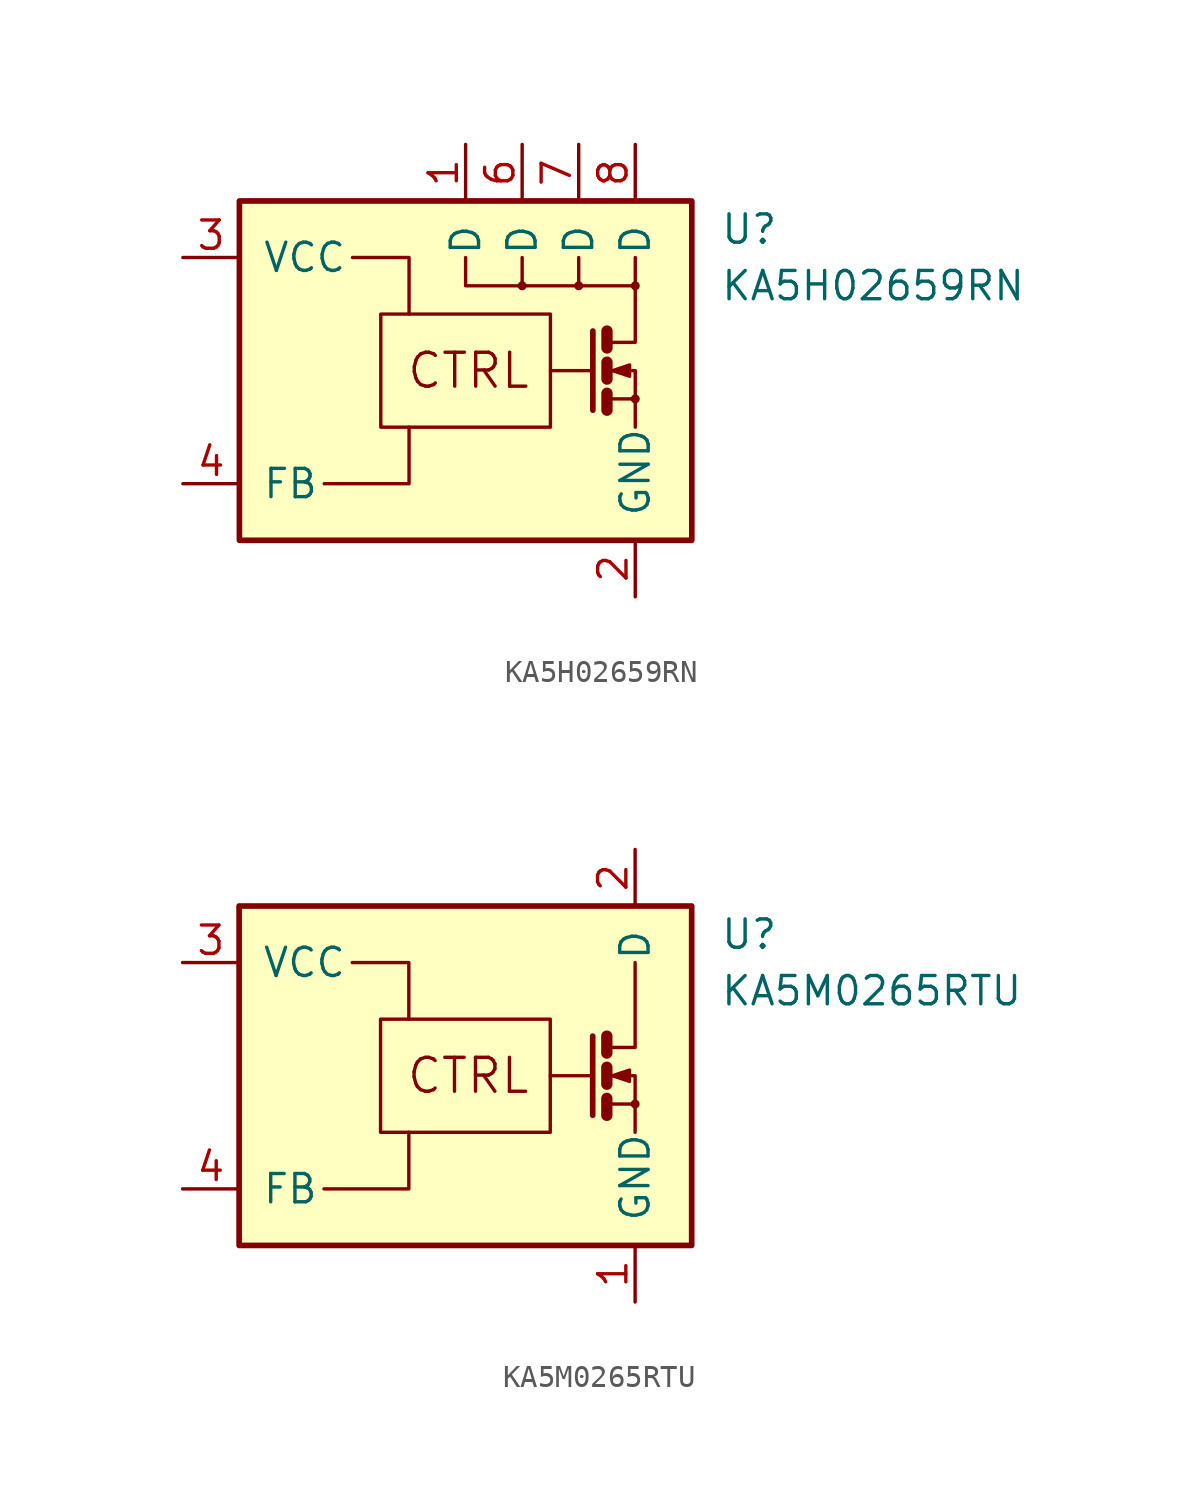
<source format=kicad_sym>
(kicad_symbol_lib
  (version 20201005)
  (generator kicad_symbol_editor)
  (symbol "Regulator_Switching:KA5H02659RN"
    (pin_names
      (offset 1.016))
    (property "Reference" "U"
      (at 11.43 6.35 0)
      (effects (font (size 1.27 1.27)) (justify left)))
    (property "Value" "KA5H02659RN"
      (at 11.43 3.81 0)
      (effects (font (size 1.27 1.27)) (justify left)))
    (symbol "KA5H02659RN_0_0"
      (circle (center 2.54 3.81) (radius 0.127) (stroke (width 0)) (fill (type none)))
      (circle (center 5.08 3.81) (radius 0.127) (stroke (width 0)) (fill (type none)))
      (circle (center 7.62 -1.27) (radius 0.127) (stroke (width 0)) (fill (type none)))
      (text "CTRL" (at 0.127 0 0) (effects (font (size 1.524 1.524))))
      (rectangle (start -3.81 2.54) (end 3.81 -2.54) (stroke (width 0)) (fill (type none)))
      (rectangle (start -10.16 7.62) (end 10.16 -7.62) (stroke (width 0.254)) (fill (type background)))
      (polyline (pts (xy 2.54 5.08) (xy 2.54 3.81)) (stroke (width 0)) (fill (type none)))
      (polyline (pts (xy 3.81 0) (xy 5.715 0)) (stroke (width 0)) (fill (type none)))
      (polyline (pts (xy 5.08 5.08) (xy 5.08 3.81)) (stroke (width 0)) (fill (type none)))
      (polyline (pts (xy 5.715 1.778) (xy 5.715 -1.778)) (stroke (width 0.254)) (fill (type none)))
      (polyline (pts (xy 6.35 -1.27) (xy 7.62 -1.27)) (stroke (width 0)) (fill (type none)))
      (polyline (pts (xy 6.35 -1.016) (xy 6.35 -1.778)) (stroke (width 0.508)) (fill (type none)))
      (polyline (pts (xy 6.35 0.381) (xy 6.35 -0.381)) (stroke (width 0.508)) (fill (type none)))
      (polyline (pts (xy 6.35 1.778) (xy 6.35 1.016)) (stroke (width 0.508)) (fill (type none)))
      (polyline (pts (xy 6.35 1.27) (xy 7.62 1.27) (xy 7.62 3.81)) (stroke (width 0)) (fill (type none)))
      (polyline (pts (xy 7.62 -2.54) (xy 7.62 0) (xy 6.35 0)) (stroke (width 0)) (fill (type none)))
      (polyline (pts (xy 0 5.08) (xy 0 3.81) (xy 7.62 3.81) (xy 7.62 5.08)) (stroke (width 0)) (fill (type none)))
      (polyline (pts (xy 6.604 0) (xy 7.366 0.254) (xy 7.366 -0.254) (xy 6.604 0)) (stroke (width 0)) (fill (type outline))))
    (symbol "KA5H02659RN_0_1"
      (circle (center 7.62 3.81) (radius 0.127) (stroke (width 0)) (fill (type none)))
      (polyline (pts (xy -6.35 -5.08) (xy -2.54 -5.08) (xy -2.54 -2.54)) (stroke (width 0)) (fill (type none)))
      (polyline (pts (xy -5.08 5.08) (xy -2.54 5.08) (xy -2.54 2.54)) (stroke (width 0)) (fill (type none))))
    (symbol "KA5H02659RN_1_1"
      (pin passive line (at 0 10.16 270) (length 2.54) (name "D" (effects (font (size 1.27 1.27)))) (number "1" (effects (font (size 1.27 1.27)))))
      (pin power_in line (at 7.62 -10.16 90) (length 2.54) (name "GND" (effects (font (size 1.27 1.27)))) (number "2" (effects (font (size 1.27 1.27)))))
      (pin power_in line (at -12.7 5.08 0) (length 2.54) (name "VCC" (effects (font (size 1.27 1.27)))) (number "3" (effects (font (size 1.27 1.27)))))
      (pin passive line (at -12.7 -5.08 0) (length 2.54) (name "FB" (effects (font (size 1.27 1.27)))) (number "4" (effects (font (size 1.27 1.27)))))
      (pin passive line (at 2.54 10.16 270) (length 2.54) (name "D" (effects (font (size 1.27 1.27)))) (number "6" (effects (font (size 1.27 1.27)))))
      (pin passive line (at 5.08 10.16 270) (length 2.54) (name "D" (effects (font (size 1.27 1.27)))) (number "7" (effects (font (size 1.27 1.27)))))
      (pin passive line (at 7.62 10.16 270) (length 2.54) (name "D" (effects (font (size 1.27 1.27)))) (number "8" (effects (font (size 1.27 1.27)))))))
  (symbol "Regulator_Switching:KA5M0265RTU"
    (pin_names
      (offset 1.016))
    (property "Reference" "U"
      (at 11.43 6.35 0)
      (effects (font (size 1.27 1.27)) (justify left)))
    (property "Value" "KA5M0265RTU"
      (at 11.43 3.81 0)
      (effects (font (size 1.27 1.27)) (justify left)))
    (symbol "KA5M0265RTU_0_0"
      (circle (center 7.62 -1.27) (radius 0.127) (stroke (width 0)) (fill (type none)))
      (text "CTRL" (at 0.127 0 0) (effects (font (size 1.524 1.524))))
      (rectangle (start -3.81 2.54) (end 3.81 -2.54) (stroke (width 0)) (fill (type none)))
      (rectangle (start -10.16 7.62) (end 10.16 -7.62) (stroke (width 0.254)) (fill (type background)))
      (polyline (pts (xy 3.81 0) (xy 5.715 0)) (stroke (width 0)) (fill (type none)))
      (polyline (pts (xy 5.715 1.778) (xy 5.715 -1.778)) (stroke (width 0.254)) (fill (type none)))
      (polyline (pts (xy 6.35 -1.27) (xy 7.62 -1.27)) (stroke (width 0)) (fill (type none)))
      (polyline (pts (xy 6.35 -1.016) (xy 6.35 -1.778)) (stroke (width 0.508)) (fill (type none)))
      (polyline (pts (xy 6.35 0.381) (xy 6.35 -0.381)) (stroke (width 0.508)) (fill (type none)))
      (polyline (pts (xy 6.35 1.778) (xy 6.35 1.016)) (stroke (width 0.508)) (fill (type none)))
      (polyline (pts (xy -6.35 -5.08) (xy -2.54 -5.08) (xy -2.54 -2.54)) (stroke (width 0)) (fill (type none)))
      (polyline (pts (xy -5.08 5.08) (xy -2.54 5.08) (xy -2.54 2.54)) (stroke (width 0)) (fill (type none)))
      (polyline (pts (xy 6.35 1.27) (xy 7.62 1.27) (xy 7.62 5.08)) (stroke (width 0)) (fill (type none)))
      (polyline (pts (xy 7.62 -2.54) (xy 7.62 0) (xy 6.35 0)) (stroke (width 0)) (fill (type none)))
      (polyline (pts (xy 6.604 0) (xy 7.366 0.254) (xy 7.366 -0.254) (xy 6.604 0)) (stroke (width 0)) (fill (type outline))))
    (symbol "KA5M0265RTU_1_1"
      (pin power_in line (at 7.62 -10.16 90) (length 2.54) (name "GND" (effects (font (size 1.27 1.27)))) (number "1" (effects (font (size 1.27 1.27)))))
      (pin passive line (at 7.62 10.16 270) (length 2.54) (name "D" (effects (font (size 1.27 1.27)))) (number "2" (effects (font (size 1.27 1.27)))))
      (pin power_in line (at -12.7 5.08 0) (length 2.54) (name "VCC" (effects (font (size 1.27 1.27)))) (number "3" (effects (font (size 1.27 1.27)))))
      (pin passive line (at -12.7 -5.08 0) (length 2.54) (name "FB" (effects (font (size 1.27 1.27)))) (number "4" (effects (font (size 1.27 1.27))))))))
</source>
